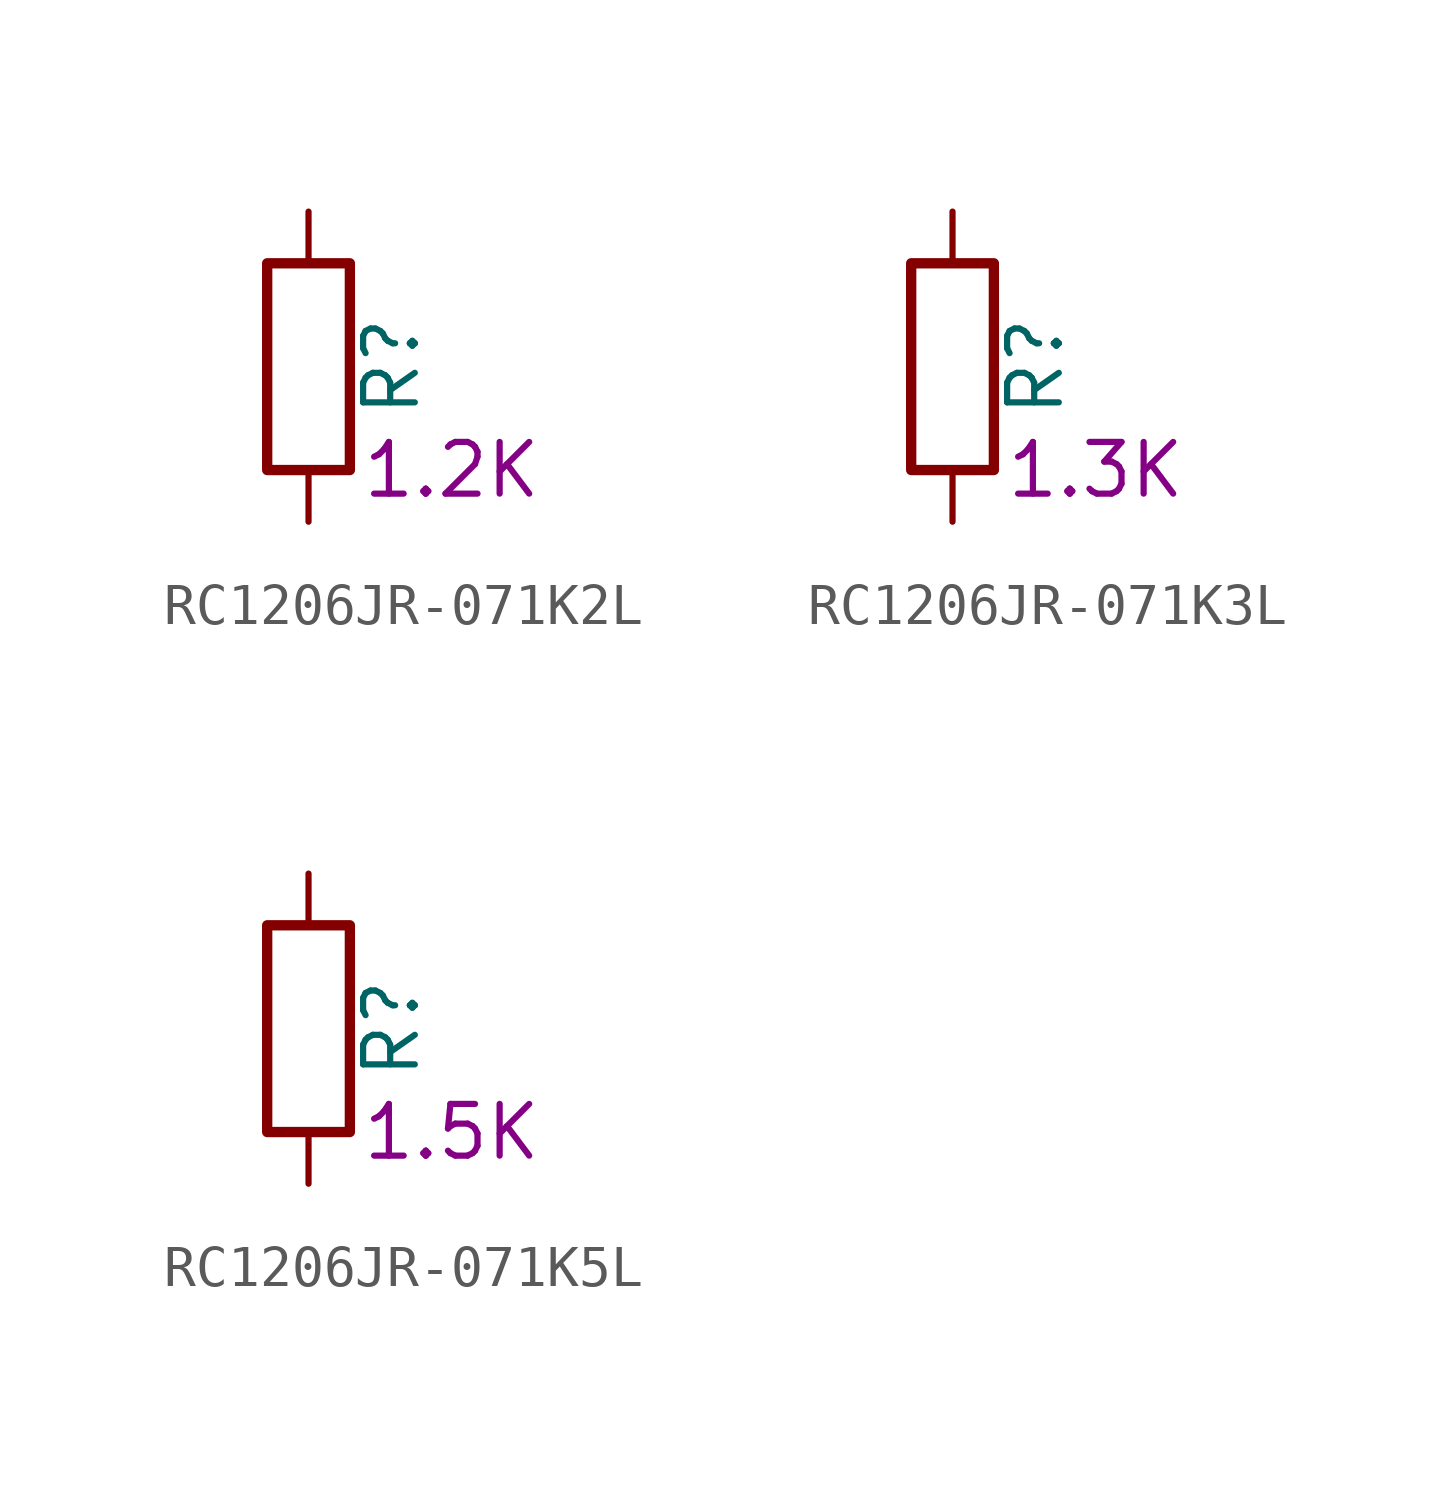
<source format=kicad_sym>
(kicad_symbol_lib
  (version 20220914)
  (generator kicad_symbol_editor)
  (symbol "RC1206JR-071K2L"
    (pin_numbers hide)
    (pin_names
      (offset 0))
    (property "Reference" "R"
      (at 2.032 0 90)
      (effects (font (size 1.27 1.27))))
    (property "Resistance" "1.2K"
      (at 1.27 -2.54 0)
      (effects (font (size 1.27 1.27)) (justify left)))
    (symbol "RC1206JR-071K2L_0_1"
      (rectangle (start -1.016 -2.54) (end 1.016 2.54) (stroke (width 0.254) (type default)) (fill (type none))))
    (symbol "RC1206JR-071K2L_1_1"
      (pin passive line (at 0 3.81 270) (length 1.27) (name "~" (effects (font (size 1.27 1.27)))) (number "1" (effects (font (size 1.27 1.27)))))
      (pin passive line (at 0 -3.81 90) (length 1.27) (name "~" (effects (font (size 1.27 1.27)))) (number "2" (effects (font (size 1.27 1.27)))))))
  (symbol "RC1206JR-071K3L"
    (pin_numbers hide)
    (pin_names
      (offset 0))
    (property "Reference" "R"
      (at 2.032 0 90)
      (effects (font (size 1.27 1.27))))
    (property "Resistance" "1.3K"
      (at 1.27 -2.54 0)
      (effects (font (size 1.27 1.27)) (justify left)))
    (symbol "RC1206JR-071K3L_0_1"
      (rectangle (start -1.016 -2.54) (end 1.016 2.54) (stroke (width 0.254) (type default)) (fill (type none))))
    (symbol "RC1206JR-071K3L_1_1"
      (pin passive line (at 0 3.81 270) (length 1.27) (name "~" (effects (font (size 1.27 1.27)))) (number "1" (effects (font (size 1.27 1.27)))))
      (pin passive line (at 0 -3.81 90) (length 1.27) (name "~" (effects (font (size 1.27 1.27)))) (number "2" (effects (font (size 1.27 1.27)))))))
  (symbol "RC1206JR-071K5L"
    (pin_numbers hide)
    (pin_names
      (offset 0))
    (property "Reference" "R"
      (at 2.032 0 90)
      (effects (font (size 1.27 1.27))))
    (property "Resistance" "1.5K"
      (at 1.27 -2.54 0)
      (effects (font (size 1.27 1.27)) (justify left)))
    (symbol "RC1206JR-071K5L_0_1"
      (rectangle (start -1.016 -2.54) (end 1.016 2.54) (stroke (width 0.254) (type default)) (fill (type none))))
    (symbol "RC1206JR-071K5L_1_1"
      (pin passive line (at 0 3.81 270) (length 1.27) (name "~" (effects (font (size 1.27 1.27)))) (number "1" (effects (font (size 1.27 1.27)))))
      (pin passive line (at 0 -3.81 90) (length 1.27) (name "~" (effects (font (size 1.27 1.27)))) (number "2" (effects (font (size 1.27 1.27))))))))
</source>
